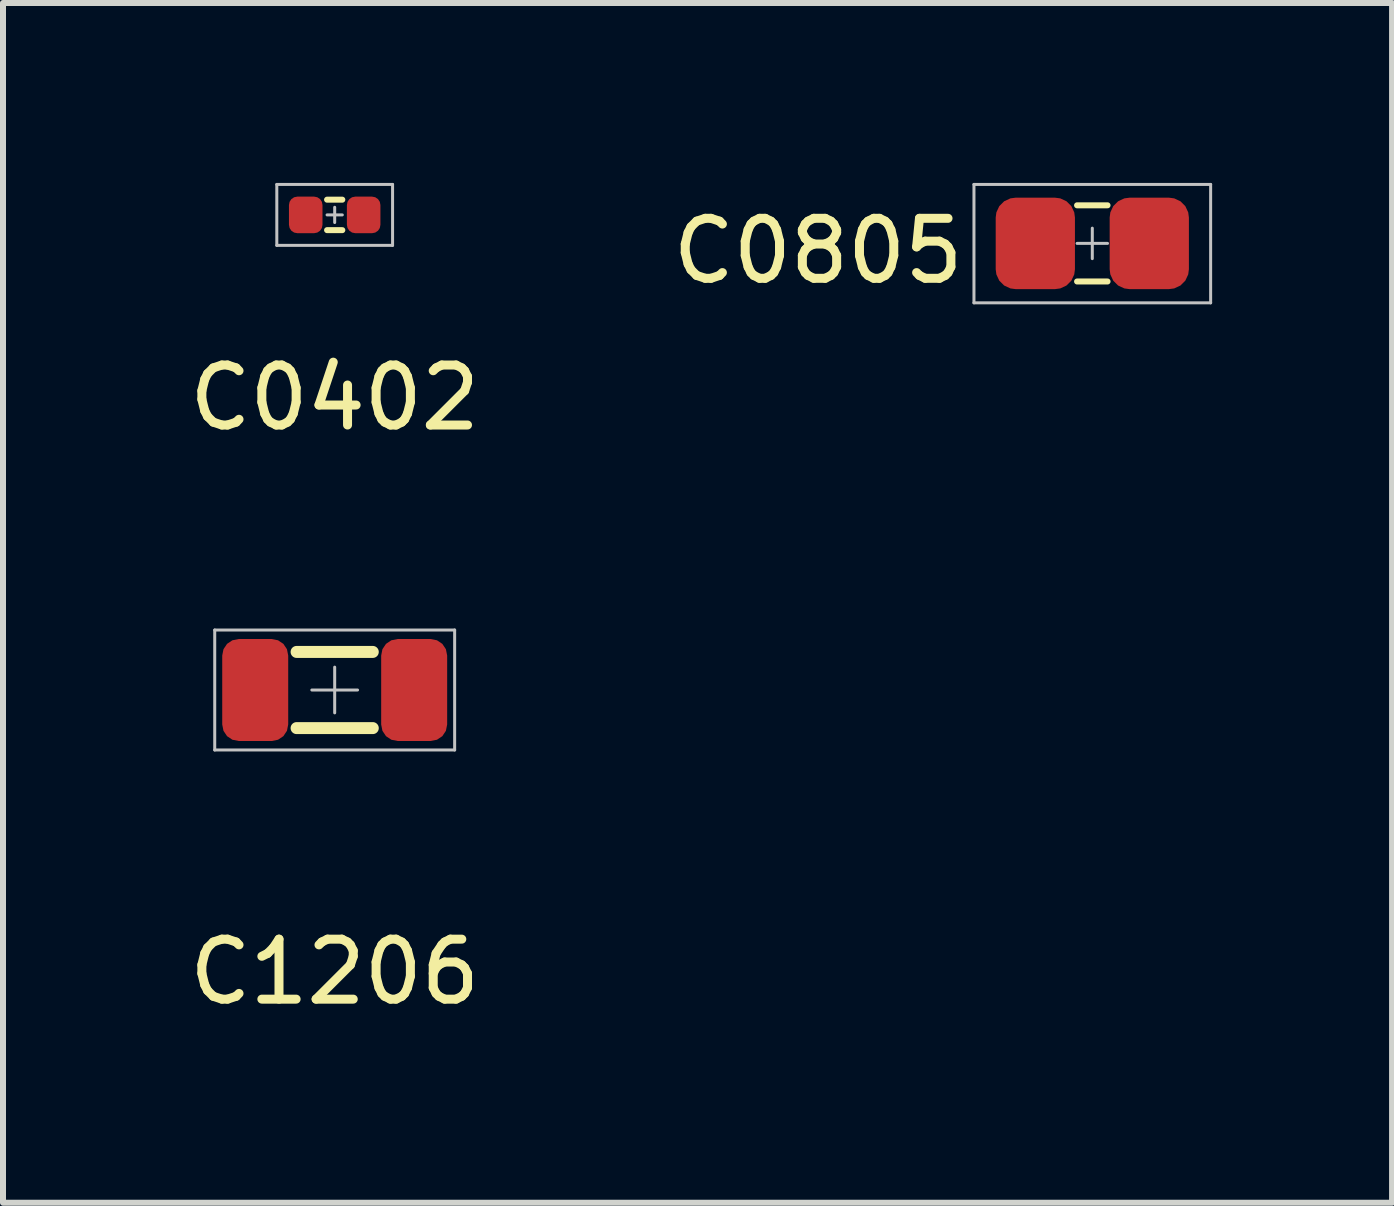
<source format=kicad_pcb>
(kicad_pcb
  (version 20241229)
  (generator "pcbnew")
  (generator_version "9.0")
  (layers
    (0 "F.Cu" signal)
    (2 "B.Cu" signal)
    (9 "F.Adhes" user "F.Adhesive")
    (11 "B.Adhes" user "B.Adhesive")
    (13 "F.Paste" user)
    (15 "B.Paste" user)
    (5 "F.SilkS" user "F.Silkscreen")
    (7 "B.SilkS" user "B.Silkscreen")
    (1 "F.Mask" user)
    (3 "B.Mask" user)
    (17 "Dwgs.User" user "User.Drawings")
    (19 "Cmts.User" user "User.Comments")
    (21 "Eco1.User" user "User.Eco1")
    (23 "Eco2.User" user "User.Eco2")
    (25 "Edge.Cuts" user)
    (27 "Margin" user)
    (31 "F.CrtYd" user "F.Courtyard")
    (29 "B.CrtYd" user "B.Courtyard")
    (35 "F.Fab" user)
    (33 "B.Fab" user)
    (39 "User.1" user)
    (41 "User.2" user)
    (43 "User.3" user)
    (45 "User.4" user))
  (footprint "C0402"
    (layer "F.Cu")
    (at 2.53 0.533)
    (property "Reference" "C0402" (at 0 3.048 0) (layer "F.SilkS") (effects (font (size 1 1) (thickness 0.15))))
    (attr through_hole)
    (fp_line (start -0.127 -0.254) (end 0.127 -0.254) (stroke (width 0.1) (type solid)) (layer "F.SilkS"))
    (fp_line (start -0.127 0.254) (end 0.127 0.254) (stroke (width 0.1) (type solid)) (layer "F.SilkS"))
    (fp_line (start -0.965 -0.508) (end -0.965 0.508) (stroke (width 0.05) (type solid)) (layer "Dwgs.User"))
    (fp_line (start -0.965 -0.508) (end 0.965 -0.508) (stroke (width 0.05) (type solid)) (layer "Dwgs.User"))
    (fp_line (start -0.965 0.508) (end 0.965 0.508) (stroke (width 0.05) (type solid)) (layer "Dwgs.User"))
    (fp_line (start 0 -0.127) (end 0 0.127) (stroke (width 0.05) (type solid)) (layer "Dwgs.User"))
    (fp_line (start 0.127 0) (end -0.127 0) (stroke (width 0.05) (type solid)) (layer "Dwgs.User"))
    (fp_line (start 0.965 -0.508) (end 0.965 0.508) (stroke (width 0.05) (type solid)) (layer "Dwgs.User"))
    (fp_line (start -0.5 -0.29) (end -0.5 0.29) (stroke (width 0.05) (type solid)) (layer "Eco1.User"))
    (fp_line (start -0.5 0.29) (end 0.5 0.29) (stroke (width 0.05) (type solid)) (layer "Eco1.User"))
    (fp_line (start 0.5 -0.29) (end -0.5 -0.29) (stroke (width 0.05) (type solid)) (layer "Eco1.User"))
    (fp_line (start 0.5 0.29) (end 0.5 -0.29) (stroke (width 0.05) (type solid)) (layer "Eco1.User"))
    (pad "1" smd roundrect (at -0.483 0) (size 0.559 0.61) (layers "F.Cu" "F.Mask" "F.Paste") (roundrect_rratio 0.25))
    (pad "2" smd roundrect (at 0.483 0) (size 0.559 0.61) (layers "F.Cu" "F.Mask" "F.Paste") (roundrect_rratio 0.25)))
  (footprint "C0805"
    (layer "F.Cu")
    (at 15.161 1.008)
    (property "Reference" "C0805" (at -4.572 0.127 0) (layer "F.SilkS") (effects (font (size 1 1) (thickness 0.15))))
    (attr through_hole)
    (fp_line (start -0.254 -0.635) (end 0.254 -0.635) (stroke (width 0.1) (type solid)) (layer "F.SilkS"))
    (fp_line (start -0.254 0.635) (end 0.254 0.635) (stroke (width 0.1) (type solid)) (layer "F.SilkS"))
    (fp_line (start -1.973 -0.983) (end -1.973 0.991) (stroke (width 0.05) (type solid)) (layer "Dwgs.User"))
    (fp_line (start -1.973 -0.983) (end 1.973 -0.983) (stroke (width 0.05) (type solid)) (layer "Dwgs.User"))
    (fp_line (start 0 -0.254) (end 0 0.254) (stroke (width 0.05) (type solid)) (layer "Dwgs.User"))
    (fp_line (start 0.254 0) (end -0.254 0) (stroke (width 0.05) (type solid)) (layer "Dwgs.User"))
    (fp_line (start 1.973 -0.983) (end 1.973 0.991) (stroke (width 0.05) (type solid)) (layer "Dwgs.User"))
    (fp_line (start 1.973 0.991) (end -1.973 0.991) (stroke (width 0.05) (type solid)) (layer "Dwgs.User"))
    (fp_line (start -1 -0.635) (end 1 -0.635) (stroke (width 0.05) (type solid)) (layer "Eco1.User"))
    (fp_line (start -1 0.635) (end -1 -0.635) (stroke (width 0.05) (type solid)) (layer "Eco1.User"))
    (fp_line (start 1 -0.635) (end 1 0.635) (stroke (width 0.05) (type solid)) (layer "Eco1.User"))
    (fp_line (start 1 0.635) (end -1 0.635) (stroke (width 0.05) (type solid)) (layer "Eco1.User"))
    (pad "1" smd roundrect (at -0.95 0) (size 1.321 1.524) (layers "F.Cu" "F.Mask" "F.Paste") (roundrect_rratio 0.25))
    (pad "2" smd roundrect (at 0.95 0) (size 1.321 1.524) (layers "F.Cu" "F.Mask" "F.Paste") (roundrect_rratio 0.25)))
  (footprint "C1206"
    (layer "F.Cu")
    (at 2.53 8.454)
    (property "Reference" "C1206" (at 0 4.699 0) (layer "F.SilkS") (effects (font (size 1 1) (thickness 0.15))))
    (attr through_hole)
    (fp_line (start -0.635 -0.635) (end 0.635 -0.635) (stroke (width 0.2) (type solid)) (layer "F.SilkS"))
    (fp_line (start 0.635 0.635) (end -0.635 0.635) (stroke (width 0.2) (type solid)) (layer "F.SilkS"))
    (fp_line (start -2 -1) (end 2 -1) (stroke (width 0.05) (type solid)) (layer "Dwgs.User"))
    (fp_line (start -2 1) (end -2 -1) (stroke (width 0.05) (type solid)) (layer "Dwgs.User"))
    (fp_line (start 0 -0.381) (end 0 0.381) (stroke (width 0.05) (type solid)) (layer "Dwgs.User"))
    (fp_line (start 0.381 0) (end -0.381 0) (stroke (width 0.05) (type solid)) (layer "Dwgs.User"))
    (fp_line (start 2 -1) (end 2 1) (stroke (width 0.05) (type solid)) (layer "Dwgs.User"))
    (fp_line (start 2 1) (end -2 1) (stroke (width 0.05) (type solid)) (layer "Dwgs.User"))
    (fp_line (start -1.675 -0.875) (end 1.675 -0.875) (stroke (width 0.05) (type solid)) (layer "Eco1.User"))
    (fp_line (start -1.675 0.875) (end -1.675 -0.875) (stroke (width 0.05) (type solid)) (layer "Eco1.User"))
    (fp_line (start 1.675 -0.875) (end 1.675 0.875) (stroke (width 0.05) (type solid)) (layer "Eco1.User"))
    (fp_line (start 1.675 0.875) (end -1.675 0.875) (stroke (width 0.05) (type solid)) (layer "Eco1.User"))
    (pad "1" smd roundrect (at -1.325 0) (size 1.1 1.7) (layers "F.Cu" "F.Mask" "F.Paste") (roundrect_rratio 0.25))
    (pad "2" smd roundrect (at 1.325 0) (size 1.1 1.7) (layers "F.Cu" "F.Mask" "F.Paste") (roundrect_rratio 0.25)))
  (gr_rect
    (start -3 -3)
    (end 20.159 17.002)
    (stroke (width 0.1) (type default))
    (fill no)
    (layer "Edge.Cuts")))
</source>
